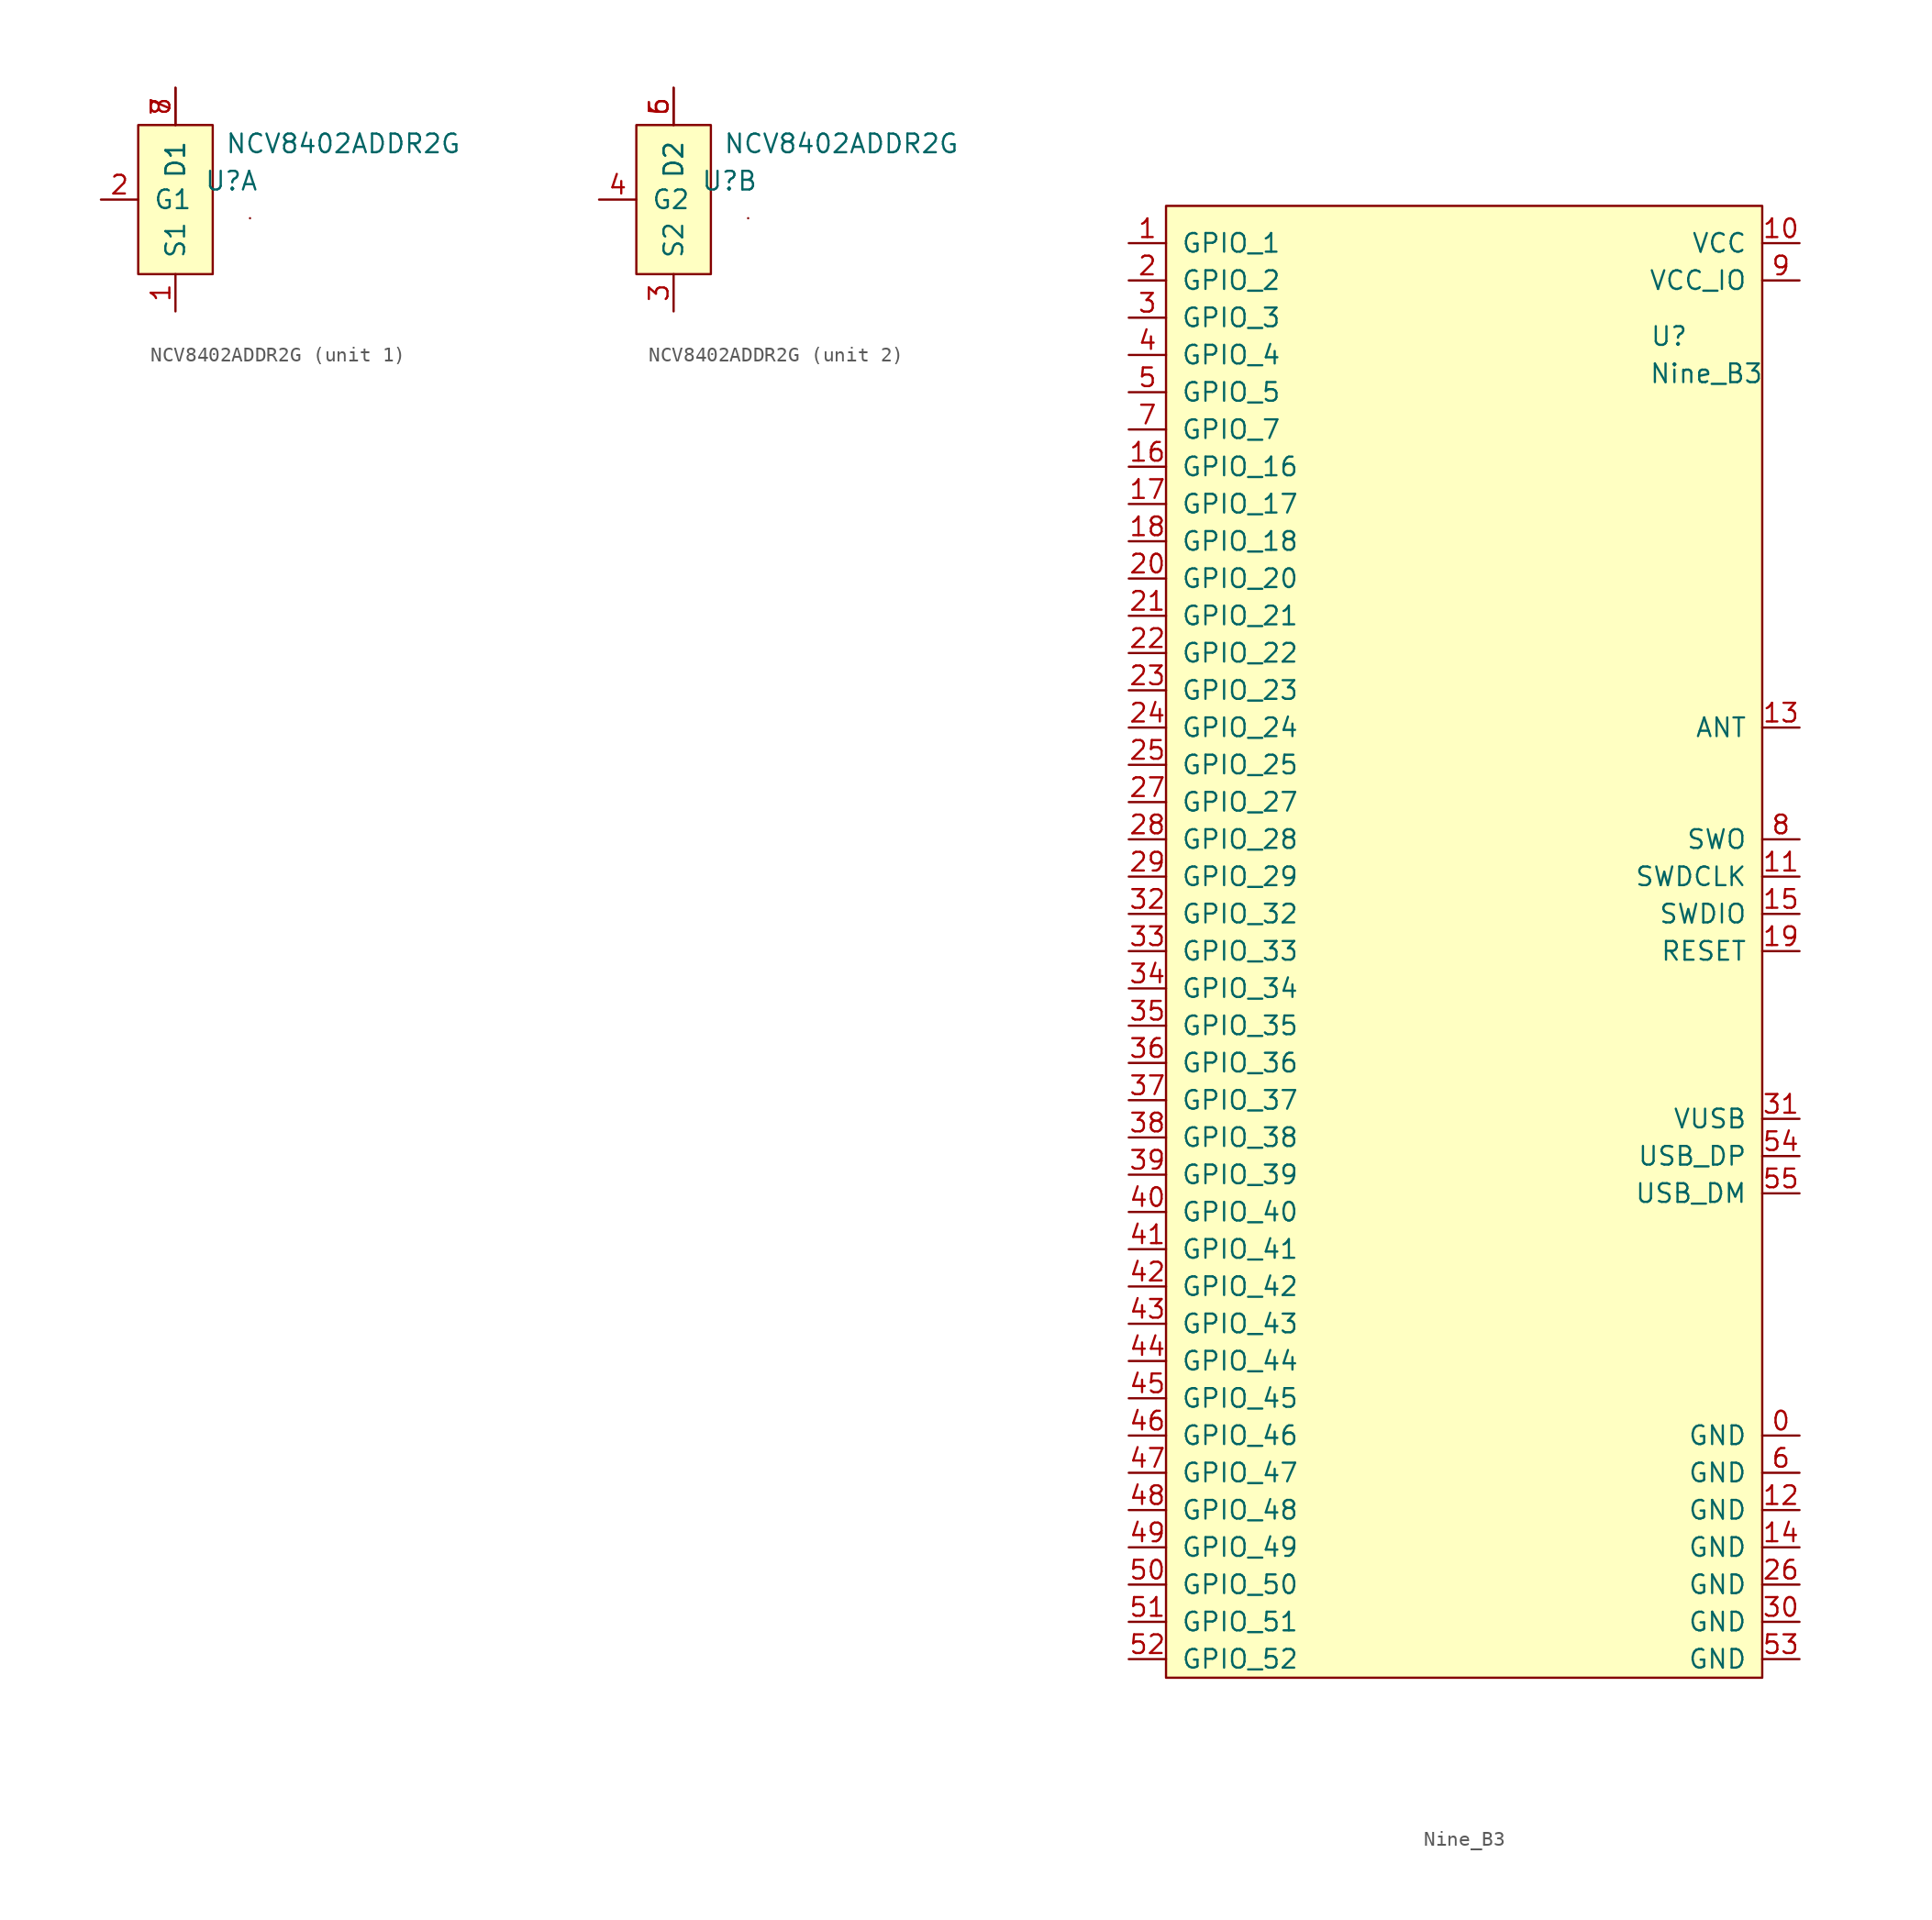
<source format=kicad_sym>
(kicad_symbol_lib
  (version 20211014)
  (generator kicad_symbol_editor)
  (symbol "NCV8402ADDR2G"
    (pin_names
      (offset 1.016))
    (property "Reference" "U"
      (at 6.35 6.35 0)
      (effects (font (size 1.27 1.27))))
    (property "Value" "NCV8402ADDR2G"
      (at 13.97 8.89 0)
      (effects (font (size 1.27 1.27))))
    (symbol "NCV8402ADDR2G_0_1"
      (rectangle (start 0 0) (end 5.08 10.16) (stroke (width 0) (type default) (color 0 0 0 0)) (fill (type background)))
      (rectangle (start 7.62 3.81) (end 7.62 3.81) (stroke (width 0) (type default) (color 0 0 0 0)) (fill (type none))))
    (symbol "NCV8402ADDR2G_1_1"
      (pin input line (at 2.54 -2.54 90) (length 2.54) (name "S1" (effects (font (size 1.27 1.27)))) (number "1" (effects (font (size 1.27 1.27)))))
      (pin input line (at -2.54 5.08 0) (length 2.54) (name "G1" (effects (font (size 1.27 1.27)))) (number "2" (effects (font (size 1.27 1.27)))))
      (pin input line (at 2.54 12.7 270) (length 2.54) (name "D1" (effects (font (size 1.27 1.27)))) (number "7" (effects (font (size 1.27 1.27)))))
      (pin input line (at 2.54 12.7 270) (length 2.54) (name "D1" (effects (font (size 1.27 1.27)))) (number "8" (effects (font (size 1.27 1.27))))))
    (symbol "NCV8402ADDR2G_2_1"
      (pin input line (at 2.54 -2.54 90) (length 2.54) (name "S2" (effects (font (size 1.27 1.27)))) (number "3" (effects (font (size 1.27 1.27)))))
      (pin input line (at -2.54 5.08 0) (length 2.54) (name "G2" (effects (font (size 1.27 1.27)))) (number "4" (effects (font (size 1.27 1.27)))))
      (pin input line (at 2.54 12.7 270) (length 2.54) (name "D2" (effects (font (size 1.27 1.27)))) (number "5" (effects (font (size 1.27 1.27)))))
      (pin input line (at 2.54 12.7 270) (length 2.54) (name "D2" (effects (font (size 1.27 1.27)))) (number "6" (effects (font (size 1.27 1.27)))))))
  (symbol "Nine_B3"
    (pin_names
      (offset 1.016))
    (property "Reference" "U"
      (at 34.29 91.44 0)
      (effects (font (size 1.27 1.27))))
    (property "Value" "Nine_B3"
      (at 36.83 88.9 0)
      (effects (font (size 1.27 1.27))))
    (symbol "Nine_B3_0_1"
      (rectangle (start 0 0) (end 40.64 100.33) (stroke (width 0) (type default) (color 0 0 0 0)) (fill (type background))))
    (symbol "Nine_B3_1_1"
      (pin output line (at 43.18 16.51 180) (length 2.54) (name "GND" (effects (font (size 1.27 1.27)))) (number "0" (effects (font (size 1.27 1.27)))))
      (pin input line (at -2.54 97.79 0) (length 2.54) (name "GPIO_1" (effects (font (size 1.27 1.27)))) (number "1" (effects (font (size 1.27 1.27)))))
      (pin output line (at 43.18 97.79 180) (length 2.54) (name "VCC" (effects (font (size 1.27 1.27)))) (number "10" (effects (font (size 1.27 1.27)))))
      (pin input line (at 43.18 54.61 180) (length 2.54) (name "SWDCLK" (effects (font (size 1.27 1.27)))) (number "11" (effects (font (size 1.27 1.27)))))
      (pin output line (at 43.18 11.43 180) (length 2.54) (name "GND" (effects (font (size 1.27 1.27)))) (number "12" (effects (font (size 1.27 1.27)))))
      (pin input line (at 43.18 64.77 180) (length 2.54) (name "ANT" (effects (font (size 1.27 1.27)))) (number "13" (effects (font (size 1.27 1.27)))))
      (pin output line (at 43.18 8.89 180) (length 2.54) (name "GND" (effects (font (size 1.27 1.27)))) (number "14" (effects (font (size 1.27 1.27)))))
      (pin input line (at 43.18 52.07 180) (length 2.54) (name "SWDIO" (effects (font (size 1.27 1.27)))) (number "15" (effects (font (size 1.27 1.27)))))
      (pin input line (at -2.54 82.55 0) (length 2.54) (name "GPIO_16" (effects (font (size 1.27 1.27)))) (number "16" (effects (font (size 1.27 1.27)))))
      (pin input line (at -2.54 80.01 0) (length 2.54) (name "GPIO_17" (effects (font (size 1.27 1.27)))) (number "17" (effects (font (size 1.27 1.27)))))
      (pin input line (at -2.54 77.47 0) (length 2.54) (name "GPIO_18" (effects (font (size 1.27 1.27)))) (number "18" (effects (font (size 1.27 1.27)))))
      (pin input line (at 43.18 49.53 180) (length 2.54) (name "RESET" (effects (font (size 1.27 1.27)))) (number "19" (effects (font (size 1.27 1.27)))))
      (pin input line (at -2.54 95.25 0) (length 2.54) (name "GPIO_2" (effects (font (size 1.27 1.27)))) (number "2" (effects (font (size 1.27 1.27)))))
      (pin input line (at -2.54 74.93 0) (length 2.54) (name "GPIO_20" (effects (font (size 1.27 1.27)))) (number "20" (effects (font (size 1.27 1.27)))))
      (pin input line (at -2.54 72.39 0) (length 2.54) (name "GPIO_21" (effects (font (size 1.27 1.27)))) (number "21" (effects (font (size 1.27 1.27)))))
      (pin input line (at -2.54 69.85 0) (length 2.54) (name "GPIO_22" (effects (font (size 1.27 1.27)))) (number "22" (effects (font (size 1.27 1.27)))))
      (pin input line (at -2.54 67.31 0) (length 2.54) (name "GPIO_23" (effects (font (size 1.27 1.27)))) (number "23" (effects (font (size 1.27 1.27)))))
      (pin input line (at -2.54 64.77 0) (length 2.54) (name "GPIO_24" (effects (font (size 1.27 1.27)))) (number "24" (effects (font (size 1.27 1.27)))))
      (pin input line (at -2.54 62.23 0) (length 2.54) (name "GPIO_25" (effects (font (size 1.27 1.27)))) (number "25" (effects (font (size 1.27 1.27)))))
      (pin output line (at 43.18 6.35 180) (length 2.54) (name "GND" (effects (font (size 1.27 1.27)))) (number "26" (effects (font (size 1.27 1.27)))))
      (pin input line (at -2.54 59.69 0) (length 2.54) (name "GPIO_27" (effects (font (size 1.27 1.27)))) (number "27" (effects (font (size 1.27 1.27)))))
      (pin input line (at -2.54 57.15 0) (length 2.54) (name "GPIO_28" (effects (font (size 1.27 1.27)))) (number "28" (effects (font (size 1.27 1.27)))))
      (pin input line (at -2.54 54.61 0) (length 2.54) (name "GPIO_29" (effects (font (size 1.27 1.27)))) (number "29" (effects (font (size 1.27 1.27)))))
      (pin input line (at -2.54 92.71 0) (length 2.54) (name "GPIO_3" (effects (font (size 1.27 1.27)))) (number "3" (effects (font (size 1.27 1.27)))))
      (pin output line (at 43.18 3.81 180) (length 2.54) (name "GND" (effects (font (size 1.27 1.27)))) (number "30" (effects (font (size 1.27 1.27)))))
      (pin input line (at 43.18 38.1 180) (length 2.54) (name "VUSB" (effects (font (size 1.27 1.27)))) (number "31" (effects (font (size 1.27 1.27)))))
      (pin input line (at -2.54 52.07 0) (length 2.54) (name "GPIO_32" (effects (font (size 1.27 1.27)))) (number "32" (effects (font (size 1.27 1.27)))))
      (pin input line (at -2.54 49.53 0) (length 2.54) (name "GPIO_33" (effects (font (size 1.27 1.27)))) (number "33" (effects (font (size 1.27 1.27)))))
      (pin input line (at -2.54 46.99 0) (length 2.54) (name "GPIO_34" (effects (font (size 1.27 1.27)))) (number "34" (effects (font (size 1.27 1.27)))))
      (pin input line (at -2.54 44.45 0) (length 2.54) (name "GPIO_35" (effects (font (size 1.27 1.27)))) (number "35" (effects (font (size 1.27 1.27)))))
      (pin input line (at -2.54 41.91 0) (length 2.54) (name "GPIO_36" (effects (font (size 1.27 1.27)))) (number "36" (effects (font (size 1.27 1.27)))))
      (pin input line (at -2.54 39.37 0) (length 2.54) (name "GPIO_37" (effects (font (size 1.27 1.27)))) (number "37" (effects (font (size 1.27 1.27)))))
      (pin input line (at -2.54 36.83 0) (length 2.54) (name "GPIO_38" (effects (font (size 1.27 1.27)))) (number "38" (effects (font (size 1.27 1.27)))))
      (pin input line (at -2.54 34.29 0) (length 2.54) (name "GPIO_39" (effects (font (size 1.27 1.27)))) (number "39" (effects (font (size 1.27 1.27)))))
      (pin input line (at -2.54 90.17 0) (length 2.54) (name "GPIO_4" (effects (font (size 1.27 1.27)))) (number "4" (effects (font (size 1.27 1.27)))))
      (pin input line (at -2.54 31.75 0) (length 2.54) (name "GPIO_40" (effects (font (size 1.27 1.27)))) (number "40" (effects (font (size 1.27 1.27)))))
      (pin input line (at -2.54 29.21 0) (length 2.54) (name "GPIO_41" (effects (font (size 1.27 1.27)))) (number "41" (effects (font (size 1.27 1.27)))))
      (pin input line (at -2.54 26.67 0) (length 2.54) (name "GPIO_42" (effects (font (size 1.27 1.27)))) (number "42" (effects (font (size 1.27 1.27)))))
      (pin input line (at -2.54 24.13 0) (length 2.54) (name "GPIO_43" (effects (font (size 1.27 1.27)))) (number "43" (effects (font (size 1.27 1.27)))))
      (pin input line (at -2.54 21.59 0) (length 2.54) (name "GPIO_44" (effects (font (size 1.27 1.27)))) (number "44" (effects (font (size 1.27 1.27)))))
      (pin input line (at -2.54 19.05 0) (length 2.54) (name "GPIO_45" (effects (font (size 1.27 1.27)))) (number "45" (effects (font (size 1.27 1.27)))))
      (pin input line (at -2.54 16.51 0) (length 2.54) (name "GPIO_46" (effects (font (size 1.27 1.27)))) (number "46" (effects (font (size 1.27 1.27)))))
      (pin input line (at -2.54 13.97 0) (length 2.54) (name "GPIO_47" (effects (font (size 1.27 1.27)))) (number "47" (effects (font (size 1.27 1.27)))))
      (pin input line (at -2.54 11.43 0) (length 2.54) (name "GPIO_48" (effects (font (size 1.27 1.27)))) (number "48" (effects (font (size 1.27 1.27)))))
      (pin input line (at -2.54 8.89 0) (length 2.54) (name "GPIO_49" (effects (font (size 1.27 1.27)))) (number "49" (effects (font (size 1.27 1.27)))))
      (pin input line (at -2.54 87.63 0) (length 2.54) (name "GPIO_5" (effects (font (size 1.27 1.27)))) (number "5" (effects (font (size 1.27 1.27)))))
      (pin input line (at -2.54 6.35 0) (length 2.54) (name "GPIO_50" (effects (font (size 1.27 1.27)))) (number "50" (effects (font (size 1.27 1.27)))))
      (pin input line (at -2.54 3.81 0) (length 2.54) (name "GPIO_51" (effects (font (size 1.27 1.27)))) (number "51" (effects (font (size 1.27 1.27)))))
      (pin input line (at -2.54 1.27 0) (length 2.54) (name "GPIO_52" (effects (font (size 1.27 1.27)))) (number "52" (effects (font (size 1.27 1.27)))))
      (pin output line (at 43.18 1.27 180) (length 2.54) (name "GND" (effects (font (size 1.27 1.27)))) (number "53" (effects (font (size 1.27 1.27)))))
      (pin input line (at 43.18 35.56 180) (length 2.54) (name "USB_DP" (effects (font (size 1.27 1.27)))) (number "54" (effects (font (size 1.27 1.27)))))
      (pin input line (at 43.18 33.02 180) (length 2.54) (name "USB_DM" (effects (font (size 1.27 1.27)))) (number "55" (effects (font (size 1.27 1.27)))))
      (pin output line (at 43.18 13.97 180) (length 2.54) (name "GND" (effects (font (size 1.27 1.27)))) (number "6" (effects (font (size 1.27 1.27)))))
      (pin input line (at -2.54 85.09 0) (length 2.54) (name "GPIO_7" (effects (font (size 1.27 1.27)))) (number "7" (effects (font (size 1.27 1.27)))))
      (pin input line (at 43.18 57.15 180) (length 2.54) (name "SWO" (effects (font (size 1.27 1.27)))) (number "8" (effects (font (size 1.27 1.27)))))
      (pin output line (at 43.18 95.25 180) (length 2.54) (name "VCC_IO" (effects (font (size 1.27 1.27)))) (number "9" (effects (font (size 1.27 1.27))))))))
</source>
